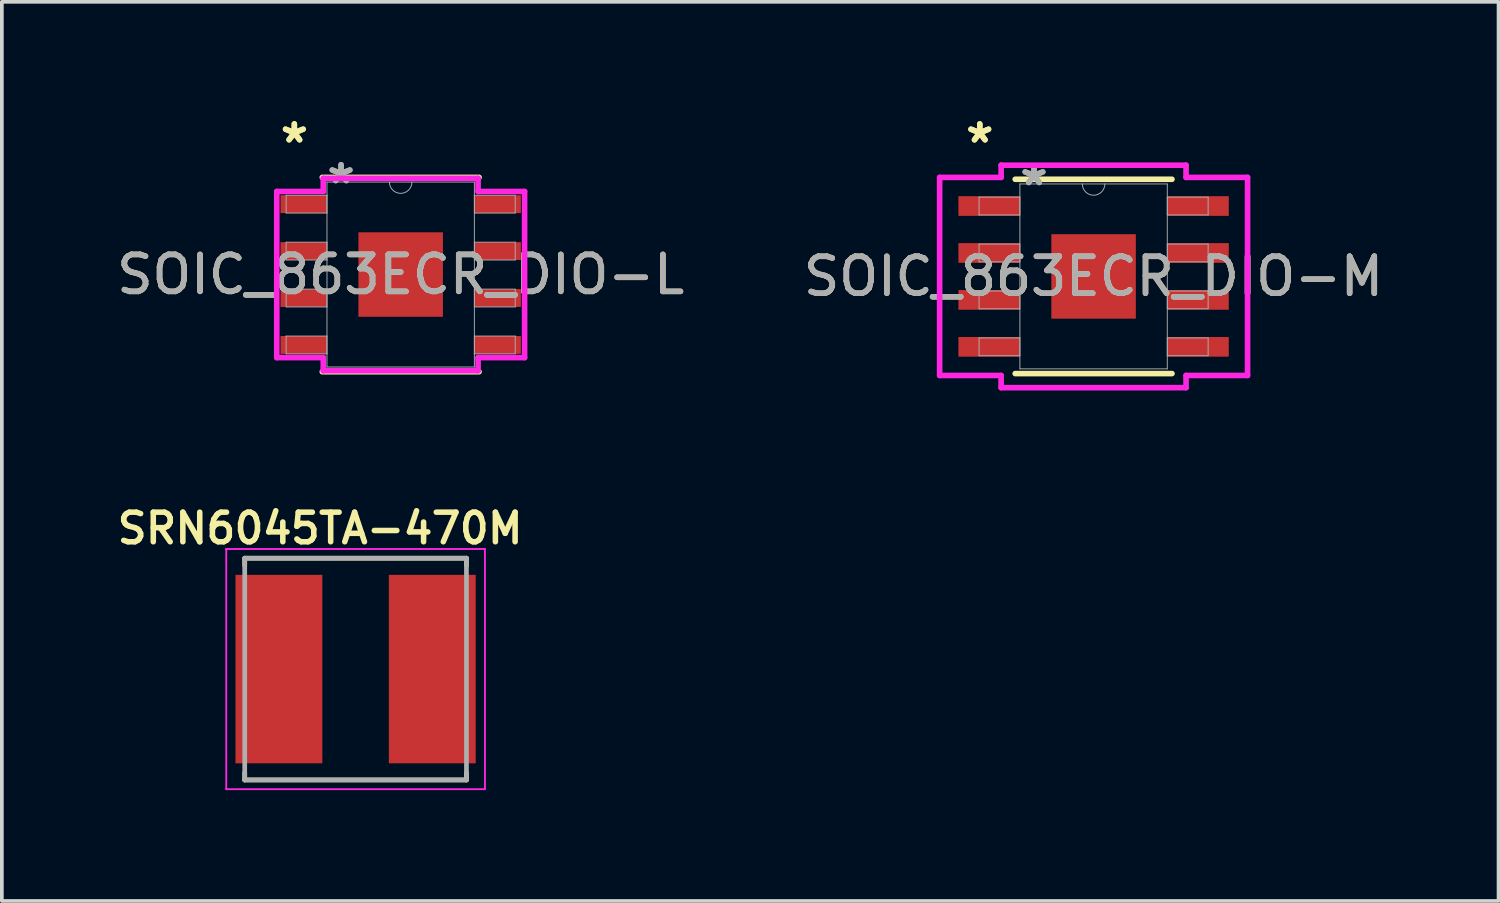
<source format=kicad_pcb>
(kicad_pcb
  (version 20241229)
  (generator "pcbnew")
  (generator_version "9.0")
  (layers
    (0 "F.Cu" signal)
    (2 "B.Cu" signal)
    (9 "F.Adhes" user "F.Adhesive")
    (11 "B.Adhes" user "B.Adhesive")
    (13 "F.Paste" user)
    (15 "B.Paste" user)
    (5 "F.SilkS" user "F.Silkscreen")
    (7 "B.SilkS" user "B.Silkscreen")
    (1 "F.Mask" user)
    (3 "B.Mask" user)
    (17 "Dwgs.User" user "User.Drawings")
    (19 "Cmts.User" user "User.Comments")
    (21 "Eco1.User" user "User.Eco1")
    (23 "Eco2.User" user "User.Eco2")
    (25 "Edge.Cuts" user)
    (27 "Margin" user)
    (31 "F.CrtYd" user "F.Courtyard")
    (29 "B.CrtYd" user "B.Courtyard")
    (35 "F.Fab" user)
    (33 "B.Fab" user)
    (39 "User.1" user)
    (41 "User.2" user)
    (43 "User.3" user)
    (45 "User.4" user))
  (footprint "SOIC_863ECR_DIO-L"
    (layer "F.Cu")
    (at 7.792 4.379)
    (property "Reference" "SOIC_863ECR_DIO-L" (at 0 0 0) (unlocked yes) (layer "F.SilkS") (effects (font (size 1 1) (thickness 0.15))))
    (attr smd)
    (fp_line (start -2.121 2.629) (end 2.121 2.629) (stroke (width 0.152) (type solid)) (layer "F.SilkS"))
    (fp_line (start 2.121 -2.629) (end -2.121 -2.629) (stroke (width 0.152) (type solid)) (layer "F.SilkS"))
    (fp_line (start -3.353 -2.248) (end -2.095 -2.248) (stroke (width 0.152) (type solid)) (layer "F.CrtYd"))
    (fp_line (start -3.353 2.248) (end -3.353 -2.248) (stroke (width 0.152) (type solid)) (layer "F.CrtYd"))
    (fp_line (start -3.353 2.248) (end -2.095 2.248) (stroke (width 0.152) (type solid)) (layer "F.CrtYd"))
    (fp_line (start -2.095 -2.603) (end 2.095 -2.603) (stroke (width 0.152) (type solid)) (layer "F.CrtYd"))
    (fp_line (start -2.095 -2.248) (end -2.095 -2.603) (stroke (width 0.152) (type solid)) (layer "F.CrtYd"))
    (fp_line (start -2.095 2.603) (end -2.095 2.248) (stroke (width 0.152) (type solid)) (layer "F.CrtYd"))
    (fp_line (start 2.095 -2.603) (end 2.095 -2.248) (stroke (width 0.152) (type solid)) (layer "F.CrtYd"))
    (fp_line (start 2.095 2.248) (end 2.095 2.603) (stroke (width 0.152) (type solid)) (layer "F.CrtYd"))
    (fp_line (start 2.095 2.603) (end -2.095 2.603) (stroke (width 0.152) (type solid)) (layer "F.CrtYd"))
    (fp_line (start 3.353 -2.248) (end 2.095 -2.248) (stroke (width 0.152) (type solid)) (layer "F.CrtYd"))
    (fp_line (start 3.353 -2.248) (end 3.353 2.248) (stroke (width 0.152) (type solid)) (layer "F.CrtYd"))
    (fp_line (start 3.353 2.248) (end 2.095 2.248) (stroke (width 0.152) (type solid)) (layer "F.CrtYd"))
    (fp_line (start -3.099 -2.146) (end -3.099 -1.664) (stroke (width 0.025) (type solid)) (layer "F.Fab"))
    (fp_line (start -3.099 -1.664) (end -1.994 -1.664) (stroke (width 0.025) (type solid)) (layer "F.Fab"))
    (fp_line (start -3.099 -0.876) (end -3.099 -0.394) (stroke (width 0.025) (type solid)) (layer "F.Fab"))
    (fp_line (start -3.099 -0.394) (end -1.994 -0.394) (stroke (width 0.025) (type solid)) (layer "F.Fab"))
    (fp_line (start -3.099 0.394) (end -3.099 0.876) (stroke (width 0.025) (type solid)) (layer "F.Fab"))
    (fp_line (start -3.099 0.876) (end -1.994 0.876) (stroke (width 0.025) (type solid)) (layer "F.Fab"))
    (fp_line (start -3.099 1.664) (end -3.099 2.146) (stroke (width 0.025) (type solid)) (layer "F.Fab"))
    (fp_line (start -3.099 2.146) (end -1.994 2.146) (stroke (width 0.025) (type solid)) (layer "F.Fab"))
    (fp_line (start -1.994 -2.502) (end -1.994 2.502) (stroke (width 0.025) (type solid)) (layer "F.Fab"))
    (fp_line (start -1.994 -2.146) (end -3.099 -2.146) (stroke (width 0.025) (type solid)) (layer "F.Fab"))
    (fp_line (start -1.994 -1.664) (end -1.994 -2.146) (stroke (width 0.025) (type solid)) (layer "F.Fab"))
    (fp_line (start -1.994 -0.876) (end -3.099 -0.876) (stroke (width 0.025) (type solid)) (layer "F.Fab"))
    (fp_line (start -1.994 -0.394) (end -1.994 -0.876) (stroke (width 0.025) (type solid)) (layer "F.Fab"))
    (fp_line (start -1.994 0.394) (end -3.099 0.394) (stroke (width 0.025) (type solid)) (layer "F.Fab"))
    (fp_line (start -1.994 0.876) (end -1.994 0.394) (stroke (width 0.025) (type solid)) (layer "F.Fab"))
    (fp_line (start -1.994 1.664) (end -3.099 1.664) (stroke (width 0.025) (type solid)) (layer "F.Fab"))
    (fp_line (start -1.994 2.146) (end -1.994 1.664) (stroke (width 0.025) (type solid)) (layer "F.Fab"))
    (fp_line (start -1.994 2.502) (end 1.994 2.502) (stroke (width 0.025) (type solid)) (layer "F.Fab"))
    (fp_line (start 1.994 -2.502) (end -1.994 -2.502) (stroke (width 0.025) (type solid)) (layer "F.Fab"))
    (fp_line (start 1.994 -2.146) (end 1.994 -1.664) (stroke (width 0.025) (type solid)) (layer "F.Fab"))
    (fp_line (start 1.994 -1.664) (end 3.099 -1.664) (stroke (width 0.025) (type solid)) (layer "F.Fab"))
    (fp_line (start 1.994 -0.876) (end 1.994 -0.394) (stroke (width 0.025) (type solid)) (layer "F.Fab"))
    (fp_line (start 1.994 -0.394) (end 3.099 -0.394) (stroke (width 0.025) (type solid)) (layer "F.Fab"))
    (fp_line (start 1.994 0.394) (end 1.994 0.876) (stroke (width 0.025) (type solid)) (layer "F.Fab"))
    (fp_line (start 1.994 0.876) (end 3.099 0.876) (stroke (width 0.025) (type solid)) (layer "F.Fab"))
    (fp_line (start 1.994 1.664) (end 1.994 2.146) (stroke (width 0.025) (type solid)) (layer "F.Fab"))
    (fp_line (start 1.994 2.146) (end 3.099 2.146) (stroke (width 0.025) (type solid)) (layer "F.Fab"))
    (fp_line (start 1.994 2.502) (end 1.994 -2.502) (stroke (width 0.025) (type solid)) (layer "F.Fab"))
    (fp_line (start 3.099 -2.146) (end 1.994 -2.146) (stroke (width 0.025) (type solid)) (layer "F.Fab"))
    (fp_line (start 3.099 -1.664) (end 3.099 -2.146) (stroke (width 0.025) (type solid)) (layer "F.Fab"))
    (fp_line (start 3.099 -0.876) (end 1.994 -0.876) (stroke (width 0.025) (type solid)) (layer "F.Fab"))
    (fp_line (start 3.099 -0.394) (end 3.099 -0.876) (stroke (width 0.025) (type solid)) (layer "F.Fab"))
    (fp_line (start 3.099 0.394) (end 1.994 0.394) (stroke (width 0.025) (type solid)) (layer "F.Fab"))
    (fp_line (start 3.099 0.876) (end 3.099 0.394) (stroke (width 0.025) (type solid)) (layer "F.Fab"))
    (fp_line (start 3.099 1.664) (end 1.994 1.664) (stroke (width 0.025) (type solid)) (layer "F.Fab"))
    (fp_line (start 3.099 2.146) (end 3.099 1.664) (stroke (width 0.025) (type solid)) (layer "F.Fab"))
    (fp_arc (start 0.3048 -2.5019) (mid 0 -2.1971) (end -0.3048 -2.5019) (stroke (width 0.0254) (type solid)) (layer "F.Fab"))
    (fp_text user "*" (at -2.877 -3.531 0) (unlocked yes) (layer "F.SilkS") (effects (font (size 1 1) (thickness 0.15))))
    (fp_text user "*" (at -2.877 -3.531 0) (layer "F.SilkS") (effects (font (size 1 1) (thickness 0.15))))
    (fp_text user "*" (at -1.613 -2.426 0) (unlocked yes) (layer "F.Fab") (effects (font (size 1 1) (thickness 0.15))))
    (fp_text user "${REFERENCE}" (at 0 0 0) (unlocked yes) (layer "F.Fab") (effects (font (size 1 1) (thickness 0.15))))
    (fp_text user "*" (at -1.613 -2.426 0) (layer "F.Fab") (effects (font (size 1 1) (thickness 0.15))))
    (pad "1" smd rect (at -2.623 -1.905) (size 1.257 0.483) (layers "F.Cu" "F.Mask" "F.Paste"))
    (pad "2" smd rect (at -2.623 -0.635) (size 1.257 0.483) (layers "F.Cu" "F.Mask" "F.Paste"))
    (pad "3" smd rect (at -2.623 0.635) (size 1.257 0.483) (layers "F.Cu" "F.Mask" "F.Paste"))
    (pad "4" smd rect (at -2.623 1.905) (size 1.257 0.483) (layers "F.Cu" "F.Mask" "F.Paste"))
    (pad "5" smd rect (at 2.623 1.905) (size 1.257 0.483) (layers "F.Cu" "F.Mask" "F.Paste"))
    (pad "6" smd rect (at 2.623 0.635) (size 1.257 0.483) (layers "F.Cu" "F.Mask" "F.Paste"))
    (pad "7" smd rect (at 2.623 -0.635) (size 1.257 0.483) (layers "F.Cu" "F.Mask" "F.Paste"))
    (pad "8" smd rect (at 2.623 -1.905) (size 1.257 0.483) (layers "F.Cu" "F.Mask" "F.Paste"))
    (pad "EPAD" smd rect (at 0 0) (size 2.286 2.286) (layers "F.Cu" "F.Mask" "F.Paste")))
  (footprint "SRN6045TA-470M"
    (layer "F.Cu")
    (at 6.572 15.055)
    (property "Reference" "SRN6045TA-470M" (at -0.96 -3.808 0) (layer "F.SilkS") (effects (font (size 0.8 0.8) (thickness 0.15))))
    (attr smd)
    (fp_line (start -3 -3) (end 3 -3) (stroke (width 0.127) (type solid)) (layer "F.SilkS"))
    (fp_line (start -3 -2.8) (end -3 -3) (stroke (width 0.127) (type solid)) (layer "F.SilkS"))
    (fp_line (start -3 2.8) (end -3 3) (stroke (width 0.127) (type solid)) (layer "F.SilkS"))
    (fp_line (start -3 3) (end 3 3) (stroke (width 0.127) (type solid)) (layer "F.SilkS"))
    (fp_line (start 3 -3) (end 3 -2.8) (stroke (width 0.127) (type solid)) (layer "F.SilkS"))
    (fp_line (start 3 3) (end 3 2.8) (stroke (width 0.127) (type solid)) (layer "F.SilkS"))
    (fp_line (start -3.5 -3.25) (end 3.5 -3.25) (stroke (width 0.05) (type solid)) (layer "F.CrtYd"))
    (fp_line (start -3.5 3.25) (end -3.5 -3.25) (stroke (width 0.05) (type solid)) (layer "F.CrtYd"))
    (fp_line (start 3.5 -3.25) (end 3.5 3.25) (stroke (width 0.05) (type solid)) (layer "F.CrtYd"))
    (fp_line (start 3.5 3.25) (end -3.5 3.25) (stroke (width 0.05) (type solid)) (layer "F.CrtYd"))
    (fp_line (start -3 -3) (end 3 -3) (stroke (width 0.127) (type solid)) (layer "F.Fab"))
    (fp_line (start -3 3) (end -3 -3) (stroke (width 0.127) (type solid)) (layer "F.Fab"))
    (fp_line (start 3 -3) (end 3 3) (stroke (width 0.127) (type solid)) (layer "F.Fab"))
    (fp_line (start 3 3) (end -3 3) (stroke (width 0.127) (type solid)) (layer "F.Fab"))
    (pad "1" smd rect (at -2.075 0) (size 2.35 5.1) (layers "F.Cu" "F.Mask" "F.Paste"))
    (pad "2" smd rect (at 2.075 0) (size 2.35 5.1) (layers "F.Cu" "F.Mask" "F.Paste")))
  (footprint "SOIC_863ECR_DIO-M"
    (layer "F.Cu")
    (at 26.542 4.43)
    (property "Reference" "SOIC_863ECR_DIO-M" (at 0 0 0) (unlocked yes) (layer "F.SilkS") (effects (font (size 1 1) (thickness 0.15))))
    (attr smd)
    (fp_line (start -2.121 2.629) (end 2.121 2.629) (stroke (width 0.152) (type solid)) (layer "F.SilkS"))
    (fp_line (start 2.121 -2.629) (end -2.121 -2.629) (stroke (width 0.152) (type solid)) (layer "F.SilkS"))
    (fp_line (start -4.166 -2.68) (end -2.502 -2.68) (stroke (width 0.152) (type solid)) (layer "F.CrtYd"))
    (fp_line (start -4.166 2.68) (end -4.166 -2.68) (stroke (width 0.152) (type solid)) (layer "F.CrtYd"))
    (fp_line (start -4.166 2.68) (end -2.502 2.68) (stroke (width 0.152) (type solid)) (layer "F.CrtYd"))
    (fp_line (start -2.502 -3.01) (end 2.502 -3.01) (stroke (width 0.152) (type solid)) (layer "F.CrtYd"))
    (fp_line (start -2.502 -2.68) (end -2.502 -3.01) (stroke (width 0.152) (type solid)) (layer "F.CrtYd"))
    (fp_line (start -2.502 3.01) (end -2.502 2.68) (stroke (width 0.152) (type solid)) (layer "F.CrtYd"))
    (fp_line (start 2.502 -3.01) (end 2.502 -2.68) (stroke (width 0.152) (type solid)) (layer "F.CrtYd"))
    (fp_line (start 2.502 2.68) (end 2.502 3.01) (stroke (width 0.152) (type solid)) (layer "F.CrtYd"))
    (fp_line (start 2.502 3.01) (end -2.502 3.01) (stroke (width 0.152) (type solid)) (layer "F.CrtYd"))
    (fp_line (start 4.166 -2.68) (end 2.502 -2.68) (stroke (width 0.152) (type solid)) (layer "F.CrtYd"))
    (fp_line (start 4.166 -2.68) (end 4.166 2.68) (stroke (width 0.152) (type solid)) (layer "F.CrtYd"))
    (fp_line (start 4.166 2.68) (end 2.502 2.68) (stroke (width 0.152) (type solid)) (layer "F.CrtYd"))
    (fp_line (start -3.099 -2.146) (end -3.099 -1.664) (stroke (width 0.025) (type solid)) (layer "F.Fab"))
    (fp_line (start -3.099 -1.664) (end -1.994 -1.664) (stroke (width 0.025) (type solid)) (layer "F.Fab"))
    (fp_line (start -3.099 -0.876) (end -3.099 -0.394) (stroke (width 0.025) (type solid)) (layer "F.Fab"))
    (fp_line (start -3.099 -0.394) (end -1.994 -0.394) (stroke (width 0.025) (type solid)) (layer "F.Fab"))
    (fp_line (start -3.099 0.394) (end -3.099 0.876) (stroke (width 0.025) (type solid)) (layer "F.Fab"))
    (fp_line (start -3.099 0.876) (end -1.994 0.876) (stroke (width 0.025) (type solid)) (layer "F.Fab"))
    (fp_line (start -3.099 1.664) (end -3.099 2.146) (stroke (width 0.025) (type solid)) (layer "F.Fab"))
    (fp_line (start -3.099 2.146) (end -1.994 2.146) (stroke (width 0.025) (type solid)) (layer "F.Fab"))
    (fp_line (start -1.994 -2.502) (end -1.994 2.502) (stroke (width 0.025) (type solid)) (layer "F.Fab"))
    (fp_line (start -1.994 -2.146) (end -3.099 -2.146) (stroke (width 0.025) (type solid)) (layer "F.Fab"))
    (fp_line (start -1.994 -1.664) (end -1.994 -2.146) (stroke (width 0.025) (type solid)) (layer "F.Fab"))
    (fp_line (start -1.994 -0.876) (end -3.099 -0.876) (stroke (width 0.025) (type solid)) (layer "F.Fab"))
    (fp_line (start -1.994 -0.394) (end -1.994 -0.876) (stroke (width 0.025) (type solid)) (layer "F.Fab"))
    (fp_line (start -1.994 0.394) (end -3.099 0.394) (stroke (width 0.025) (type solid)) (layer "F.Fab"))
    (fp_line (start -1.994 0.876) (end -1.994 0.394) (stroke (width 0.025) (type solid)) (layer "F.Fab"))
    (fp_line (start -1.994 1.664) (end -3.099 1.664) (stroke (width 0.025) (type solid)) (layer "F.Fab"))
    (fp_line (start -1.994 2.146) (end -1.994 1.664) (stroke (width 0.025) (type solid)) (layer "F.Fab"))
    (fp_line (start -1.994 2.502) (end 1.994 2.502) (stroke (width 0.025) (type solid)) (layer "F.Fab"))
    (fp_line (start 1.994 -2.502) (end -1.994 -2.502) (stroke (width 0.025) (type solid)) (layer "F.Fab"))
    (fp_line (start 1.994 -2.146) (end 1.994 -1.664) (stroke (width 0.025) (type solid)) (layer "F.Fab"))
    (fp_line (start 1.994 -1.664) (end 3.099 -1.664) (stroke (width 0.025) (type solid)) (layer "F.Fab"))
    (fp_line (start 1.994 -0.876) (end 1.994 -0.394) (stroke (width 0.025) (type solid)) (layer "F.Fab"))
    (fp_line (start 1.994 -0.394) (end 3.099 -0.394) (stroke (width 0.025) (type solid)) (layer "F.Fab"))
    (fp_line (start 1.994 0.394) (end 1.994 0.876) (stroke (width 0.025) (type solid)) (layer "F.Fab"))
    (fp_line (start 1.994 0.876) (end 3.099 0.876) (stroke (width 0.025) (type solid)) (layer "F.Fab"))
    (fp_line (start 1.994 1.664) (end 1.994 2.146) (stroke (width 0.025) (type solid)) (layer "F.Fab"))
    (fp_line (start 1.994 2.146) (end 3.099 2.146) (stroke (width 0.025) (type solid)) (layer "F.Fab"))
    (fp_line (start 1.994 2.502) (end 1.994 -2.502) (stroke (width 0.025) (type solid)) (layer "F.Fab"))
    (fp_line (start 3.099 -2.146) (end 1.994 -2.146) (stroke (width 0.025) (type solid)) (layer "F.Fab"))
    (fp_line (start 3.099 -1.664) (end 3.099 -2.146) (stroke (width 0.025) (type solid)) (layer "F.Fab"))
    (fp_line (start 3.099 -0.876) (end 1.994 -0.876) (stroke (width 0.025) (type solid)) (layer "F.Fab"))
    (fp_line (start 3.099 -0.394) (end 3.099 -0.876) (stroke (width 0.025) (type solid)) (layer "F.Fab"))
    (fp_line (start 3.099 0.394) (end 1.994 0.394) (stroke (width 0.025) (type solid)) (layer "F.Fab"))
    (fp_line (start 3.099 0.876) (end 3.099 0.394) (stroke (width 0.025) (type solid)) (layer "F.Fab"))
    (fp_line (start 3.099 1.664) (end 1.994 1.664) (stroke (width 0.025) (type solid)) (layer "F.Fab"))
    (fp_line (start 3.099 2.146) (end 3.099 1.664) (stroke (width 0.025) (type solid)) (layer "F.Fab"))
    (fp_arc (start 0.3048 -2.5019) (mid 0 -2.1971) (end -0.3048 -2.5019) (stroke (width 0.0254) (type solid)) (layer "F.Fab"))
    (fp_text user "*" (at -3.08 -3.581 0) (unlocked yes) (layer "F.SilkS") (effects (font (size 1 1) (thickness 0.15))))
    (fp_text user "*" (at -3.08 -3.581 0) (layer "F.SilkS") (effects (font (size 1 1) (thickness 0.15))))
    (fp_text user "*" (at -1.613 -2.426 0) (unlocked yes) (layer "F.Fab") (effects (font (size 1 1) (thickness 0.15))))
    (fp_text user "${REFERENCE}" (at 0 0 0) (unlocked yes) (layer "F.Fab") (effects (font (size 1 1) (thickness 0.15))))
    (fp_text user "*" (at -1.613 -2.426 0) (layer "F.Fab") (effects (font (size 1 1) (thickness 0.15))))
    (pad "1" smd rect (at -2.826 -1.905) (size 1.664 0.533) (layers "F.Cu" "F.Mask" "F.Paste"))
    (pad "2" smd rect (at -2.826 -0.635) (size 1.664 0.533) (layers "F.Cu" "F.Mask" "F.Paste"))
    (pad "3" smd rect (at -2.826 0.635) (size 1.664 0.533) (layers "F.Cu" "F.Mask" "F.Paste"))
    (pad "4" smd rect (at -2.826 1.905) (size 1.664 0.533) (layers "F.Cu" "F.Mask" "F.Paste"))
    (pad "5" smd rect (at 2.826 1.905) (size 1.664 0.533) (layers "F.Cu" "F.Mask" "F.Paste"))
    (pad "6" smd rect (at 2.826 0.635) (size 1.664 0.533) (layers "F.Cu" "F.Mask" "F.Paste"))
    (pad "7" smd rect (at 2.826 -0.635) (size 1.664 0.533) (layers "F.Cu" "F.Mask" "F.Paste"))
    (pad "8" smd rect (at 2.826 -1.905) (size 1.664 0.533) (layers "F.Cu" "F.Mask" "F.Paste"))
    (pad "EPAD" smd rect (at 0 0) (size 2.286 2.286) (layers "F.Cu" "F.Mask" "F.Paste")))
  (gr_rect
    (start -3 -3)
    (end 37.5 21.33)
    (stroke (width 0.1) (type default))
    (fill no)
    (layer "Edge.Cuts")))
</source>
